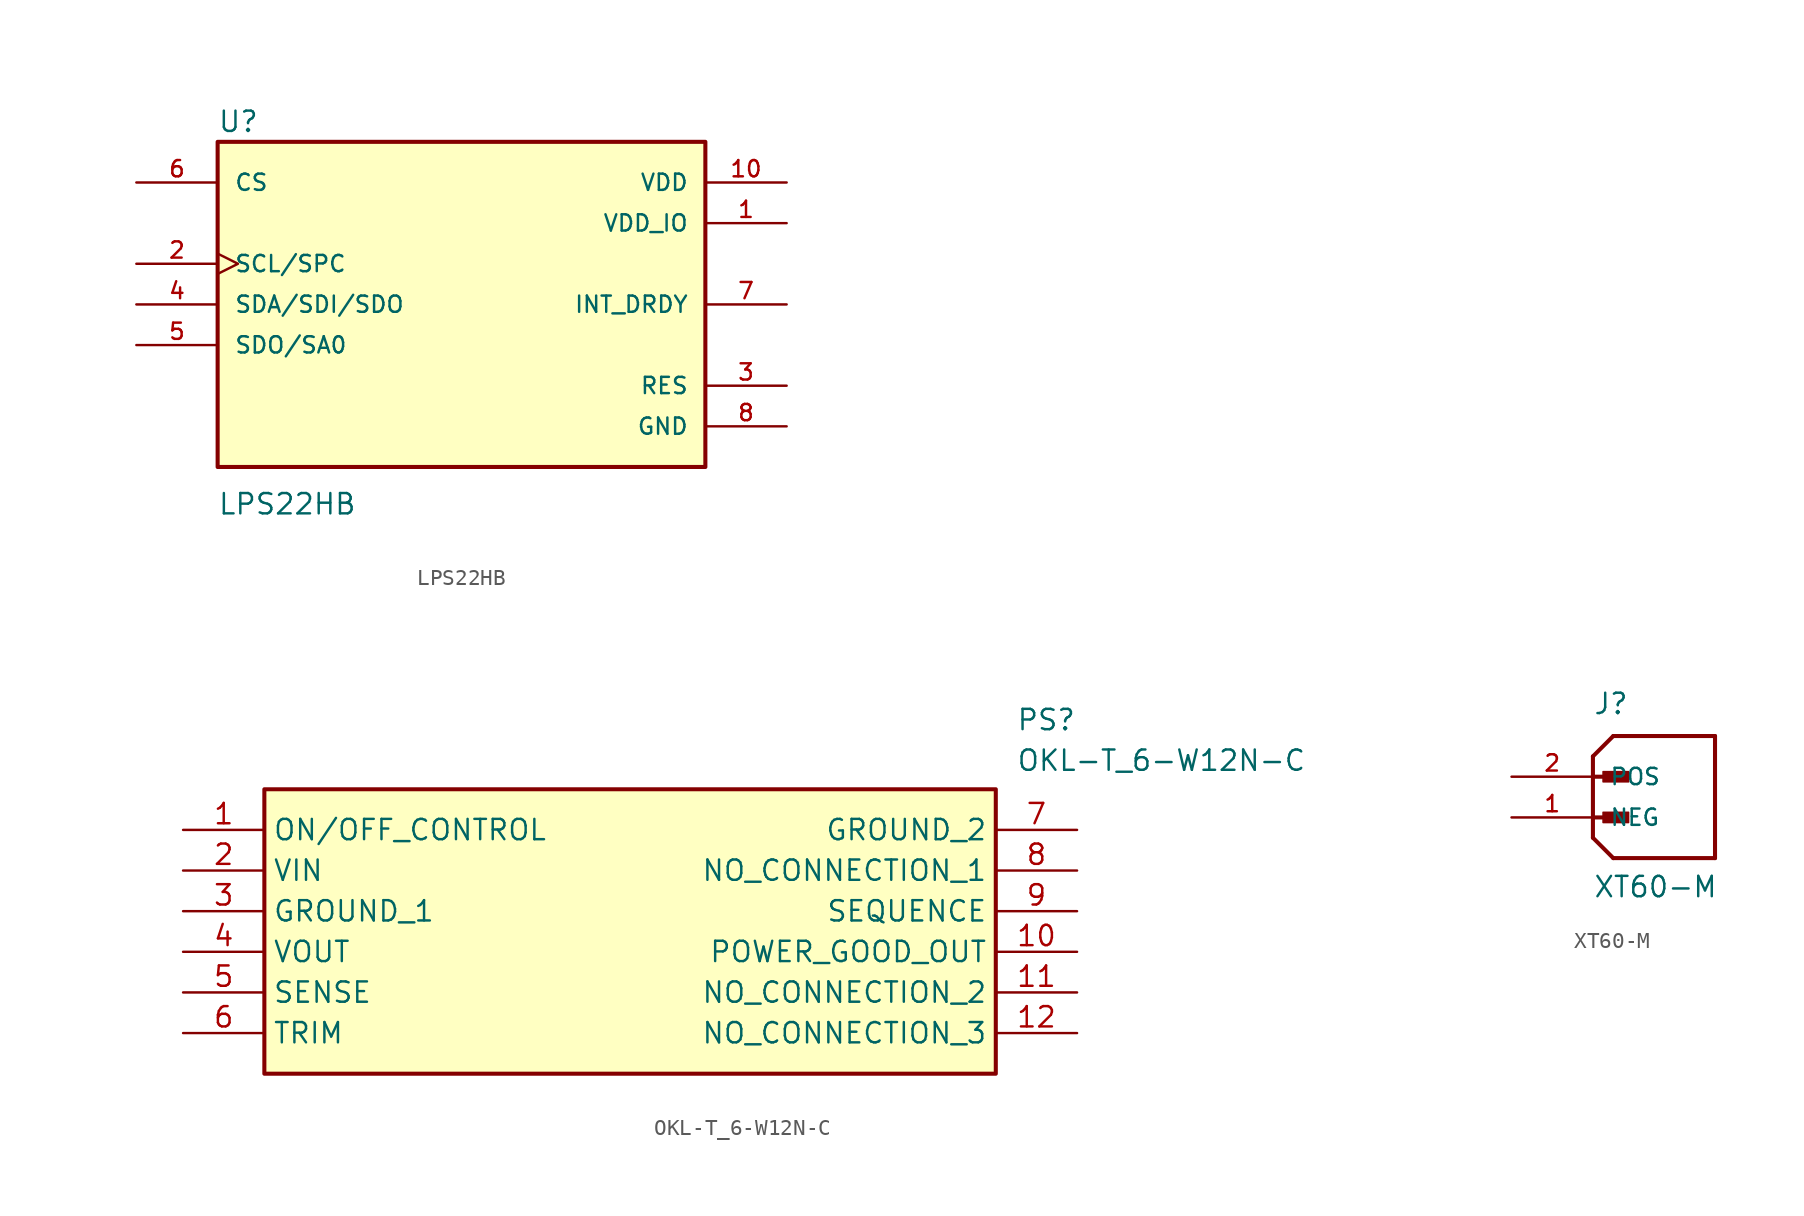
<source format=kicad_sym>
(kicad_symbol_lib
  (version 20241209)
  (generator "kicad_symbol_editor")
  (generator_version "9.0")
  (symbol "LPS22HB"
    (pin_names
      (offset 1.016))
    (property "Reference" "U"
      (at -15.255 10.679 0)
      (effects (font (size 1.27 1.27)) (justify left bottom)))
    (property "Value" "LPS22HB"
      (at -15.253 -13.22 0)
      (effects (font (size 1.27 1.27)) (justify left bottom)))
    (symbol "LPS22HB_0_0"
      (rectangle (start -15.24 -10.16) (end 15.24 10.16) (stroke (width 0.254) (type default)) (fill (type background)))
      (pin input line (at -20.32 7.62 0) (length 5.08) (name "CS" (effects (font (size 1.016 1.016)))) (number "6" (effects (font (size 1.016 1.016)))))
      (pin input clock (at -20.32 2.54 0) (length 5.08) (name "SCL/SPC" (effects (font (size 1.016 1.016)))) (number "2" (effects (font (size 1.016 1.016)))))
      (pin bidirectional line (at -20.32 0 0) (length 5.08) (name "SDA/SDI/SDO" (effects (font (size 1.016 1.016)))) (number "4" (effects (font (size 1.016 1.016)))))
      (pin bidirectional line (at -20.32 -2.54 0) (length 5.08) (name "SDO/SA0" (effects (font (size 1.016 1.016)))) (number "5" (effects (font (size 1.016 1.016)))))
      (pin power_in line (at 20.32 7.62 180) (length 5.08) (name "VDD" (effects (font (size 1.016 1.016)))) (number "10" (effects (font (size 1.016 1.016)))))
      (pin power_in line (at 20.32 5.08 180) (length 5.08) (name "VDD_IO" (effects (font (size 1.016 1.016)))) (number "1" (effects (font (size 1.016 1.016)))))
      (pin output line (at 20.32 0 180) (length 5.08) (name "INT_DRDY" (effects (font (size 1.016 1.016)))) (number "7" (effects (font (size 1.016 1.016)))))
      (pin power_in line (at 20.32 -5.08 180) (length 5.08) (name "RES" (effects (font (size 1.016 1.016)))) (number "3" (effects (font (size 1.016 1.016)))))
      (pin power_in line (at 20.32 -7.62 180) (length 5.08) (name "GND" (effects (font (size 1.016 1.016)))) (number "8" (effects (font (size 1.016 1.016)))))
      (pin power_in line (at 20.32 -7.62 180) (length 5.08) (hide yes) (name "GND" (effects (font (size 1.016 1.016)))) (number "9" (effects (font (size 1.016 1.016)))))))
  (symbol "OKL-T_6-W12N-C"
    (property "Reference" "PS"
      (at 52.07 7.62 0)
      (effects (font (size 1.27 1.27)) (justify left top)))
    (property "Value" "OKL-T_6-W12N-C"
      (at 52.07 5.08 0)
      (effects (font (size 1.27 1.27)) (justify left top)))
    (symbol "OKL-T_6-W12N-C_1_1"
      (rectangle (start 5.08 2.54) (end 50.8 -15.24) (stroke (width 0.254) (type default)) (fill (type background)))
      (pin passive line (at 0 0 0) (length 5.08) (name "ON/OFF_CONTROL" (effects (font (size 1.27 1.27)))) (number "1" (effects (font (size 1.27 1.27)))))
      (pin passive line (at 0 -2.54 0) (length 5.08) (name "VIN" (effects (font (size 1.27 1.27)))) (number "2" (effects (font (size 1.27 1.27)))))
      (pin passive line (at 0 -5.08 0) (length 5.08) (name "GROUND_1" (effects (font (size 1.27 1.27)))) (number "3" (effects (font (size 1.27 1.27)))))
      (pin passive line (at 0 -7.62 0) (length 5.08) (name "VOUT" (effects (font (size 1.27 1.27)))) (number "4" (effects (font (size 1.27 1.27)))))
      (pin passive line (at 0 -10.16 0) (length 5.08) (name "SENSE" (effects (font (size 1.27 1.27)))) (number "5" (effects (font (size 1.27 1.27)))))
      (pin passive line (at 0 -12.7 0) (length 5.08) (name "TRIM" (effects (font (size 1.27 1.27)))) (number "6" (effects (font (size 1.27 1.27)))))
      (pin passive line (at 55.88 0 180) (length 5.08) (name "GROUND_2" (effects (font (size 1.27 1.27)))) (number "7" (effects (font (size 1.27 1.27)))))
      (pin passive line (at 55.88 -2.54 180) (length 5.08) (name "NO_CONNECTION_1" (effects (font (size 1.27 1.27)))) (number "8" (effects (font (size 1.27 1.27)))))
      (pin passive line (at 55.88 -5.08 180) (length 5.08) (name "SEQUENCE" (effects (font (size 1.27 1.27)))) (number "9" (effects (font (size 1.27 1.27)))))
      (pin passive line (at 55.88 -7.62 180) (length 5.08) (name "POWER_GOOD_OUT" (effects (font (size 1.27 1.27)))) (number "10" (effects (font (size 1.27 1.27)))))
      (pin passive line (at 55.88 -10.16 180) (length 5.08) (name "NO_CONNECTION_2" (effects (font (size 1.27 1.27)))) (number "11" (effects (font (size 1.27 1.27)))))
      (pin passive line (at 55.88 -12.7 180) (length 5.08) (name "NO_CONNECTION_3" (effects (font (size 1.27 1.27)))) (number "12" (effects (font (size 1.27 1.27)))))))
  (symbol "XT60-M"
    (pin_names
      (offset 1.016))
    (property "Reference" "J"
      (at 0 6.35 0)
      (effects (font (size 1.27 1.27)) (justify left bottom)))
    (property "Value" "XT60-M"
      (at 0 -5.08 0)
      (effects (font (size 1.27 1.27)) (justify left bottom)))
    (symbol "XT60-M_0_0"
      (polyline (pts (xy 0 3.81) (xy 0 2.54)) (stroke (width 0.254) (type default)) (fill (type none)))
      (polyline (pts (xy 0 3.81) (xy 1.27 5.08)) (stroke (width 0.254) (type default)) (fill (type none)))
      (polyline (pts (xy 0 2.54) (xy 0 -1.27)) (stroke (width 0.254) (type default)) (fill (type none)))
      (polyline (pts (xy 0 2.54) (xy 1.905 2.54)) (stroke (width 0.254) (type default)) (fill (type none)))
      (polyline (pts (xy 0 0) (xy 1.905 0)) (stroke (width 0.254) (type default)) (fill (type none)))
      (polyline (pts (xy 0 -1.27) (xy 1.27 -2.54)) (stroke (width 0.254) (type default)) (fill (type none)))
      (rectangle (start 0.635 2.223) (end 2.223 2.857) (stroke (width 0.1) (type default)) (fill (type outline)))
      (rectangle (start 0.635 -0.318) (end 2.223 0.318) (stroke (width 0.1) (type default)) (fill (type outline)))
      (polyline (pts (xy 1.27 -2.54) (xy 7.62 -2.54)) (stroke (width 0.254) (type default)) (fill (type none)))
      (polyline (pts (xy 7.62 5.08) (xy 1.27 5.08)) (stroke (width 0.254) (type default)) (fill (type none)))
      (polyline (pts (xy 7.62 -2.54) (xy 7.62 5.08)) (stroke (width 0.254) (type default)) (fill (type none))))
    (symbol "XT60-M_1_0"
      (pin passive line (at -5.08 2.54 0) (length 5.08) (name "POS" (effects (font (size 1.016 1.016)))) (number "2" (effects (font (size 1.016 1.016)))))
      (pin passive line (at -5.08 0 0) (length 5.08) (name "NEG" (effects (font (size 1.016 1.016)))) (number "1" (effects (font (size 1.016 1.016))))))))
</source>
